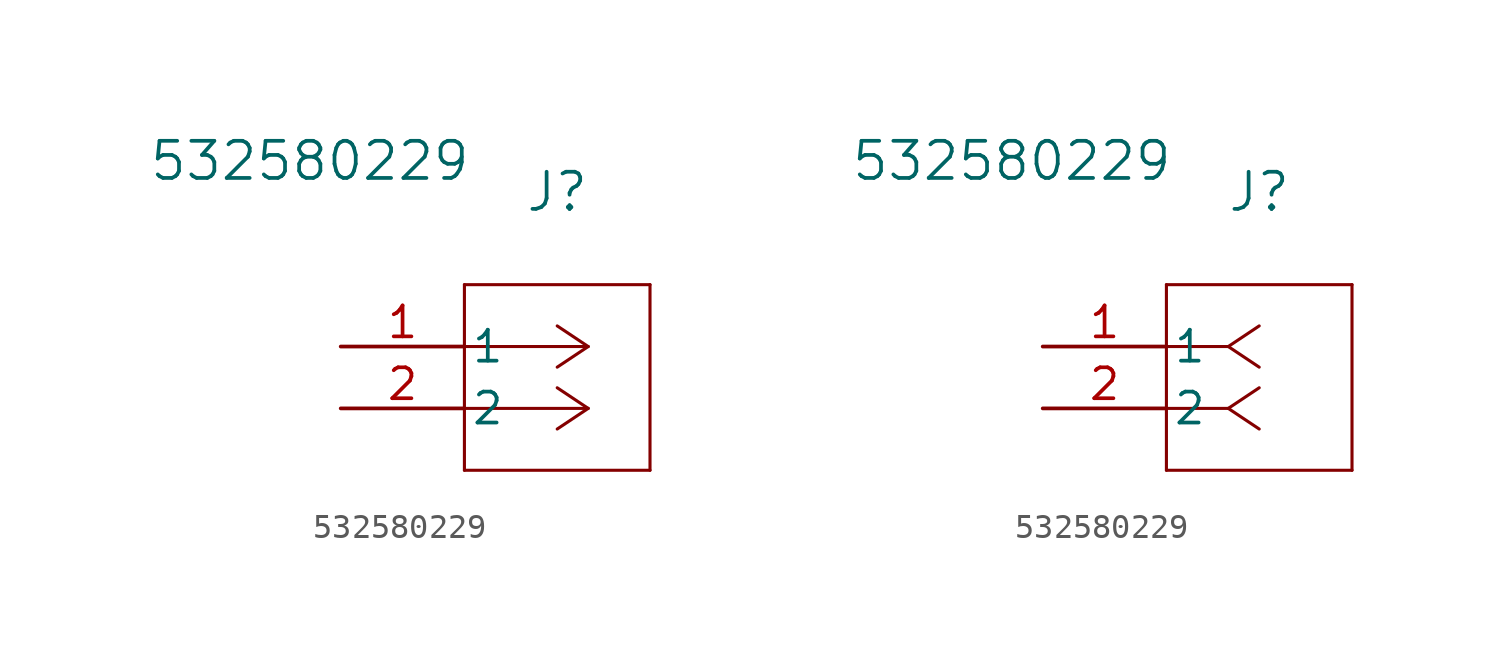
<source format=kicad_sym>
(kicad_symbol_lib
  (version 20211014)
  (generator kicad_symbol_editor)
  (symbol "532580229"
    (pin_names
      (offset 0.254))
    (property "Reference" "J"
      (at 8.89 6.35 0)
      (effects (font (size 1.524 1.524))))
    (property "Value" "532580229"
      (at -1.27 7.62 0)
      (effects (font (size 1.524 1.524))))
    (symbol "532580229_1_1"
      (polyline (pts (xy 5.08 -5.08) (xy 12.7 -5.08)) (stroke (width 0.127) (type default) (color 0 0 0 0)) (fill (type none)))
      (polyline (pts (xy 5.08 2.54) (xy 5.08 -5.08)) (stroke (width 0.127) (type default) (color 0 0 0 0)) (fill (type none)))
      (polyline (pts (xy 10.16 -2.54) (xy 5.08 -2.54)) (stroke (width 0.127) (type default) (color 0 0 0 0)) (fill (type none)))
      (polyline (pts (xy 10.16 -2.54) (xy 8.89 -3.387)) (stroke (width 0.127) (type default) (color 0 0 0 0)) (fill (type none)))
      (polyline (pts (xy 10.16 -2.54) (xy 8.89 -1.693)) (stroke (width 0.127) (type default) (color 0 0 0 0)) (fill (type none)))
      (polyline (pts (xy 10.16 0) (xy 5.08 0)) (stroke (width 0.127) (type default) (color 0 0 0 0)) (fill (type none)))
      (polyline (pts (xy 10.16 0) (xy 8.89 -0.847)) (stroke (width 0.127) (type default) (color 0 0 0 0)) (fill (type none)))
      (polyline (pts (xy 10.16 0) (xy 8.89 0.847)) (stroke (width 0.127) (type default) (color 0 0 0 0)) (fill (type none)))
      (polyline (pts (xy 12.7 -5.08) (xy 12.7 2.54)) (stroke (width 0.127) (type default) (color 0 0 0 0)) (fill (type none)))
      (polyline (pts (xy 12.7 2.54) (xy 5.08 2.54)) (stroke (width 0.127) (type default) (color 0 0 0 0)) (fill (type none)))
      (pin unspecified line (at 0 0 0) (length 5.08) (name "1" (effects (font (size 1.27 1.27)))) (number "1" (effects (font (size 1.27 1.27)))))
      (pin unspecified line (at 0 -2.54 0) (length 5.08) (name "2" (effects (font (size 1.27 1.27)))) (number "2" (effects (font (size 1.27 1.27))))))
    (symbol "532580229_1_2"
      (polyline (pts (xy 5.08 -5.08) (xy 12.7 -5.08)) (stroke (width 0.127) (type default) (color 0 0 0 0)) (fill (type none)))
      (polyline (pts (xy 5.08 2.54) (xy 5.08 -5.08)) (stroke (width 0.127) (type default) (color 0 0 0 0)) (fill (type none)))
      (polyline (pts (xy 7.62 -2.54) (xy 5.08 -2.54)) (stroke (width 0.127) (type default) (color 0 0 0 0)) (fill (type none)))
      (polyline (pts (xy 7.62 -2.54) (xy 8.89 -3.387)) (stroke (width 0.127) (type default) (color 0 0 0 0)) (fill (type none)))
      (polyline (pts (xy 7.62 -2.54) (xy 8.89 -1.693)) (stroke (width 0.127) (type default) (color 0 0 0 0)) (fill (type none)))
      (polyline (pts (xy 7.62 0) (xy 5.08 0)) (stroke (width 0.127) (type default) (color 0 0 0 0)) (fill (type none)))
      (polyline (pts (xy 7.62 0) (xy 8.89 -0.847)) (stroke (width 0.127) (type default) (color 0 0 0 0)) (fill (type none)))
      (polyline (pts (xy 7.62 0) (xy 8.89 0.847)) (stroke (width 0.127) (type default) (color 0 0 0 0)) (fill (type none)))
      (polyline (pts (xy 12.7 -5.08) (xy 12.7 2.54)) (stroke (width 0.127) (type default) (color 0 0 0 0)) (fill (type none)))
      (polyline (pts (xy 12.7 2.54) (xy 5.08 2.54)) (stroke (width 0.127) (type default) (color 0 0 0 0)) (fill (type none)))
      (pin unspecified line (at 0 0 0) (length 5.08) (name "1" (effects (font (size 1.27 1.27)))) (number "1" (effects (font (size 1.27 1.27)))))
      (pin unspecified line (at 0 -2.54 0) (length 5.08) (name "2" (effects (font (size 1.27 1.27)))) (number "2" (effects (font (size 1.27 1.27))))))))
</source>
